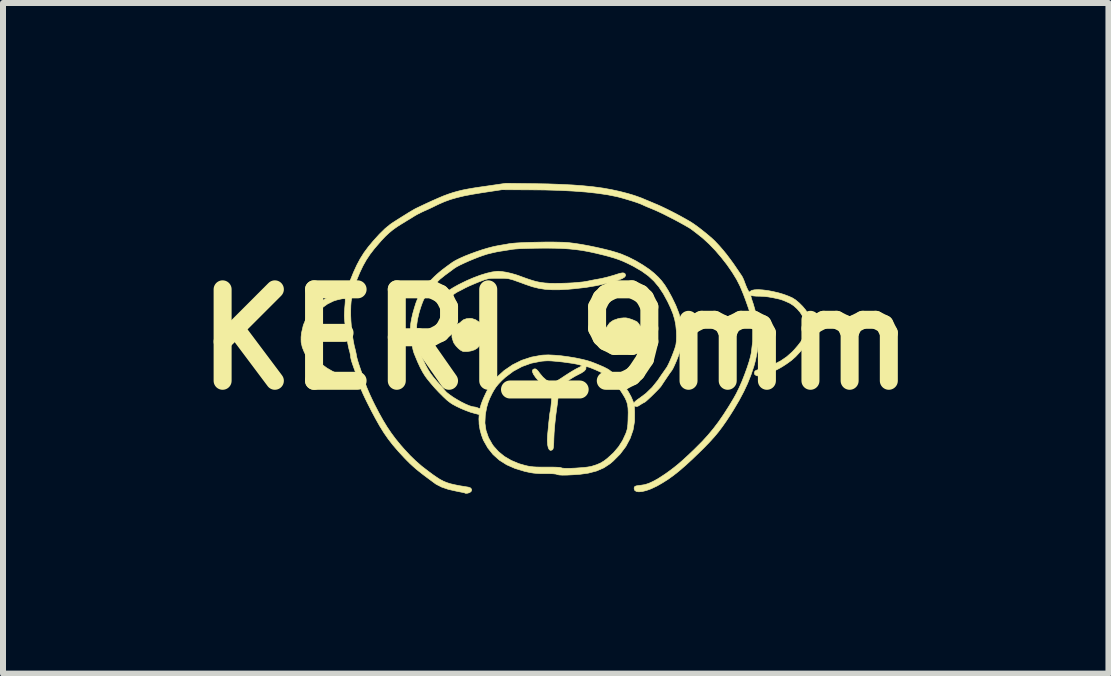
<source format=kicad_pcb>
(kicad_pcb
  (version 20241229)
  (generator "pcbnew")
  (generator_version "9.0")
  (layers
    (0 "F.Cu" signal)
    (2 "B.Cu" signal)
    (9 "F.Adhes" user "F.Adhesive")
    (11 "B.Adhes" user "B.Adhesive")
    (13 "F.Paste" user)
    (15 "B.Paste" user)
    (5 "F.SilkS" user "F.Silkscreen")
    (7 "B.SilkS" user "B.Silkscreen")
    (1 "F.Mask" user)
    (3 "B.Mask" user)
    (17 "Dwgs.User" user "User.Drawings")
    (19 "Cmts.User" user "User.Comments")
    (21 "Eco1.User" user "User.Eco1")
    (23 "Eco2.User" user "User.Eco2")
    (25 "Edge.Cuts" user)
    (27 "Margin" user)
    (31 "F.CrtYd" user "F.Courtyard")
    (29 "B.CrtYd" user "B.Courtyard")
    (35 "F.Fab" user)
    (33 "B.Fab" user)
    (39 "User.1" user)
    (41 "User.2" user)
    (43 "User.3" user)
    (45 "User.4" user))
  (footprint "KERI_9mm"
    (layer "F.Cu")
    (at 6.212 2.607)
    (property "Reference" "KERI_9mm" (at 0 0 0) (layer "F.SilkS") (effects (font (size 1.524 1.524) (thickness 0.3))))
    (attr through_hole)
    (fp_poly (pts (xy -1.396 -0.348) (xy -1.336 -0.328) (xy -1.279 -0.291) (xy -1.233 -0.241) (xy -1.204 -0.187) (xy -1.193 -0.117) (xy -1.199 -0.044) (xy -1.222 0.028) (xy -1.259 0.093) (xy -1.307 0.145) (xy -1.353 0.173) (xy -1.412 0.192) (xy -1.475 0.202) (xy -1.532 0.202) (xy -1.546 0.2) (xy -1.581 0.183) (xy -1.622 0.151) (xy -1.661 0.11) (xy -1.694 0.065) (xy -1.705 0.043) (xy -1.729 -0.034) (xy -1.73 -0.11) (xy -1.711 -0.177) (xy -1.688 -0.22) (xy -1.662 -0.246) (xy -1.626 -0.262) (xy -1.625 -0.263) (xy -1.594 -0.279) (xy -1.572 -0.301) (xy -1.538 -0.327) (xy -1.488 -0.345) (xy -1.431 -0.351) (xy -1.396 -0.348)) (stroke (width 0.01) (type solid)) (fill yes) (layer "F.SilkS"))
    (fp_poly (pts (xy 1.171 -0.359) (xy 1.21 -0.351) (xy 1.246 -0.34) (xy 1.292 -0.323) (xy 1.333 -0.305) (xy 1.357 -0.292) (xy 1.383 -0.263) (xy 1.408 -0.222) (xy 1.424 -0.178) (xy 1.429 -0.149) (xy 1.417 -0.088) (xy 1.386 -0.026) (xy 1.339 0.032) (xy 1.28 0.081) (xy 1.24 0.103) (xy 1.177 0.126) (xy 1.113 0.132) (xy 1.041 0.122) (xy 1.001 0.111) (xy 0.945 0.092) (xy 0.906 0.073) (xy 0.878 0.048) (xy 0.856 0.013) (xy 0.847 -0.007) (xy 0.827 -0.061) (xy 0.823 -0.111) (xy 0.835 -0.164) (xy 0.859 -0.22) (xy 0.899 -0.276) (xy 0.959 -0.318) (xy 1.039 -0.346) (xy 1.081 -0.354) (xy 1.131 -0.359) (xy 1.171 -0.359)) (stroke (width 0.01) (type solid)) (fill yes) (layer "F.SilkS"))
    (fp_poly (pts (xy -0.898 -1.131) (xy -0.826 -1.12) (xy -0.747 -1.102) (xy -0.672 -1.081) (xy -0.629 -1.067) (xy -0.531 -1.031) (xy -0.452 -1.003) (xy -0.387 -0.982) (xy -0.331 -0.966) (xy -0.28 -0.955) (xy -0.23 -0.947) (xy -0.176 -0.94) (xy -0.17 -0.94) (xy -0.098 -0.935) (xy -0.011 -0.934) (xy 0.085 -0.935) (xy 0.187 -0.938) (xy 0.287 -0.943) (xy 0.38 -0.951) (xy 0.46 -0.959) (xy 0.523 -0.97) (xy 0.531 -0.971) (xy 0.587 -0.983) (xy 0.644 -0.994) (xy 0.684 -1.001) (xy 0.77 -1.017) (xy 0.869 -1.041) (xy 0.97 -1.07) (xy 1.007 -1.082) (xy 1.068 -1.101) (xy 1.11 -1.109) (xy 1.137 -1.107) (xy 1.155 -1.095) (xy 1.159 -1.088) (xy 1.164 -1.062) (xy 1.147 -1.038) (xy 1.108 -1.014) (xy 1.046 -0.99) (xy 1.032 -0.986) (xy 0.858 -0.936) (xy 0.683 -0.897) (xy 0.499 -0.866) (xy 0.3 -0.844) (xy 0.211 -0.836) (xy 0.066 -0.828) (xy -0.062 -0.828) (xy -0.176 -0.835) (xy -0.284 -0.852) (xy -0.389 -0.878) (xy -0.498 -0.915) (xy -0.501 -0.916) (xy -0.587 -0.948) (xy -0.655 -0.972) (xy -0.708 -0.991) (xy -0.751 -1.003) (xy -0.788 -1.012) (xy -0.823 -1.016) (xy -0.86 -1.019) (xy -0.904 -1.019) (xy -0.953 -1.019) (xy -1.021 -1.019) (xy -1.071 -1.018) (xy -1.111 -1.014) (xy -1.146 -1.006) (xy -1.184 -0.995) (xy -1.227 -0.979) (xy -1.297 -0.952) (xy -1.371 -0.921) (xy -1.443 -0.89) (xy -1.506 -0.86) (xy -1.551 -0.836) (xy -1.583 -0.819) (xy -1.621 -0.8) (xy -1.624 -0.799) (xy -1.658 -0.78) (xy -1.699 -0.752) (xy -1.722 -0.734) (xy -1.76 -0.703) (xy -1.784 -0.685) (xy -1.8 -0.679) (xy -1.813 -0.68) (xy -1.823 -0.685) (xy -1.839 -0.706) (xy -1.844 -0.73) (xy -1.836 -0.759) (xy -1.811 -0.79) (xy -1.768 -0.826) (xy -1.705 -0.865) (xy -1.623 -0.911) (xy -1.518 -0.963) (xy -1.478 -0.982) (xy -1.368 -1.029) (xy -1.259 -1.07) (xy -1.156 -1.102) (xy -1.062 -1.124) (xy -0.983 -1.135) (xy -0.957 -1.136) (xy -0.898 -1.131)) (stroke (width 0.01) (type solid)) (fill yes) (layer "F.SilkS"))
    (fp_poly (pts (xy 0.043 -1.621) (xy 0.127 -1.619) (xy 0.195 -1.615) (xy 0.217 -1.613) (xy 0.321 -1.6) (xy 0.437 -1.582) (xy 0.56 -1.559) (xy 0.685 -1.533) (xy 0.806 -1.505) (xy 0.918 -1.477) (xy 1.016 -1.448) (xy 1.091 -1.423) (xy 1.212 -1.372) (xy 1.336 -1.309) (xy 1.455 -1.238) (xy 1.563 -1.165) (xy 1.64 -1.103) (xy 1.707 -1.04) (xy 1.766 -0.975) (xy 1.821 -0.901) (xy 1.875 -0.814) (xy 1.933 -0.708) (xy 1.933 -0.708) (xy 2.001 -0.568) (xy 2.052 -0.438) (xy 2.087 -0.315) (xy 2.109 -0.194) (xy 2.113 -0.159) (xy 2.119 -0.094) (xy 2.121 -0.045) (xy 2.12 -0.004) (xy 2.114 0.038) (xy 2.103 0.089) (xy 2.103 0.092) (xy 2.088 0.146) (xy 2.067 0.211) (xy 2.042 0.282) (xy 2.014 0.353) (xy 1.985 0.419) (xy 1.959 0.475) (xy 1.937 0.514) (xy 1.929 0.525) (xy 1.906 0.556) (xy 1.871 0.607) (xy 1.823 0.678) (xy 1.762 0.77) (xy 1.76 0.774) (xy 1.742 0.797) (xy 1.712 0.83) (xy 1.673 0.87) (xy 1.63 0.913) (xy 1.587 0.955) (xy 1.545 0.994) (xy 1.511 1.025) (xy 1.486 1.045) (xy 1.476 1.05) (xy 1.462 1.057) (xy 1.434 1.073) (xy 1.409 1.089) (xy 1.374 1.111) (xy 1.351 1.119) (xy 1.334 1.116) (xy 1.33 1.114) (xy 1.32 1.109) (xy 1.314 1.112) (xy 1.312 1.129) (xy 1.313 1.162) (xy 1.315 1.208) (xy 1.314 1.362) (xy 1.289 1.51) (xy 1.24 1.65) (xy 1.169 1.784) (xy 1.074 1.91) (xy 0.957 2.028) (xy 0.905 2.072) (xy 0.802 2.14) (xy 0.68 2.193) (xy 0.542 2.229) (xy 0.404 2.248) (xy 0.286 2.256) (xy 0.189 2.261) (xy 0.113 2.262) (xy 0.059 2.259) (xy 0.028 2.253) (xy 0.025 2.251) (xy 0.002 2.244) (xy -0.044 2.239) (xy -0.113 2.236) (xy -0.178 2.236) (xy -0.256 2.236) (xy -0.316 2.233) (xy -0.369 2.228) (xy -0.421 2.22) (xy -0.482 2.207) (xy -0.518 2.199) (xy -0.677 2.151) (xy -0.818 2.089) (xy -0.94 2.012) (xy -1.044 1.919) (xy -1.131 1.81) (xy -1.203 1.684) (xy -1.208 1.673) (xy -1.238 1.592) (xy -1.262 1.502) (xy -1.277 1.411) (xy -1.277 1.393) (xy -1.18 1.393) (xy -1.162 1.516) (xy -1.121 1.635) (xy -1.056 1.751) (xy -1.034 1.781) (xy -0.954 1.87) (xy -0.856 1.95) (xy -0.741 2.017) (xy -0.615 2.07) (xy -0.507 2.101) (xy -0.459 2.112) (xy -0.415 2.119) (xy -0.369 2.124) (xy -0.316 2.127) (xy -0.251 2.128) (xy -0.167 2.128) (xy -0.15 2.128) (xy -0.055 2.128) (xy 0.017 2.13) (xy 0.066 2.133) (xy 0.09 2.138) (xy 0.093 2.14) (xy 0.109 2.145) (xy 0.144 2.148) (xy 0.195 2.149) (xy 0.257 2.148) (xy 0.325 2.145) (xy 0.395 2.14) (xy 0.463 2.135) (xy 0.524 2.128) (xy 0.574 2.12) (xy 0.6 2.114) (xy 0.682 2.088) (xy 0.747 2.06) (xy 0.805 2.025) (xy 0.86 1.983) (xy 0.964 1.888) (xy 1.048 1.789) (xy 1.115 1.684) (xy 1.168 1.569) (xy 1.181 1.532) (xy 1.191 1.497) (xy 1.197 1.46) (xy 1.202 1.413) (xy 1.205 1.351) (xy 1.206 1.305) (xy 1.208 1.216) (xy 1.205 1.145) (xy 1.197 1.085) (xy 1.181 1.032) (xy 1.157 0.978) (xy 1.121 0.917) (xy 1.089 0.867) (xy 1.024 0.774) (xy 0.962 0.699) (xy 0.896 0.637) (xy 0.823 0.586) (xy 0.736 0.539) (xy 0.653 0.502) (xy 0.587 0.475) (xy 0.541 0.459) (xy 0.514 0.454) (xy 0.503 0.459) (xy 0.504 0.467) (xy 0.502 0.495) (xy 0.477 0.526) (xy 0.43 0.558) (xy 0.399 0.574) (xy 0.318 0.616) (xy 0.231 0.669) (xy 0.146 0.726) (xy 0.108 0.754) (xy 0.052 0.797) (xy 0.043 0.914) (xy 0.038 0.976) (xy 0.032 1.039) (xy 0.025 1.091) (xy 0.023 1.105) (xy 0.002 1.258) (xy -0.015 1.414) (xy -0.027 1.562) (xy -0.031 1.654) (xy -0.033 1.724) (xy -0.036 1.774) (xy -0.04 1.807) (xy -0.046 1.827) (xy -0.054 1.838) (xy -0.056 1.84) (xy -0.084 1.851) (xy -0.107 1.839) (xy -0.124 1.807) (xy -0.135 1.756) (xy -0.14 1.689) (xy -0.137 1.607) (xy -0.135 1.587) (xy -0.124 1.476) (xy -0.116 1.387) (xy -0.108 1.318) (xy -0.103 1.267) (xy -0.098 1.231) (xy -0.094 1.208) (xy -0.091 1.197) (xy -0.091 1.195) (xy -0.087 1.179) (xy -0.082 1.144) (xy -0.077 1.093) (xy -0.071 1.032) (xy -0.069 1.002) (xy -0.054 0.819) (xy -0.103 0.811) (xy -0.157 0.792) (xy -0.217 0.753) (xy -0.279 0.697) (xy -0.332 0.637) (xy -0.37 0.582) (xy -0.388 0.54) (xy -0.387 0.51) (xy -0.366 0.494) (xy -0.354 0.491) (xy -0.334 0.492) (xy -0.315 0.505) (xy -0.291 0.531) (xy -0.271 0.559) (xy -0.213 0.629) (xy -0.159 0.676) (xy -0.106 0.702) (xy -0.062 0.708) (xy -0.039 0.708) (xy -0.021 0.706) (xy -0.002 0.701) (xy 0.021 0.69) (xy 0.051 0.672) (xy 0.094 0.645) (xy 0.151 0.607) (xy 0.171 0.594) (xy 0.227 0.558) (xy 0.283 0.524) (xy 0.331 0.496) (xy 0.362 0.48) (xy 0.398 0.462) (xy 0.424 0.448) (xy 0.433 0.441) (xy 0.426 0.433) (xy 0.397 0.423) (xy 0.349 0.412) (xy 0.286 0.4) (xy 0.209 0.389) (xy 0.123 0.377) (xy 0.066 0.371) (xy -0.015 0.363) (xy -0.077 0.358) (xy -0.129 0.356) (xy -0.176 0.358) (xy -0.226 0.362) (xy -0.249 0.365) (xy -0.41 0.397) (xy -0.562 0.452) (xy -0.705 0.529) (xy -0.837 0.628) (xy -0.901 0.687) (xy -0.955 0.744) (xy -0.996 0.794) (xy -1.031 0.848) (xy -1.062 0.904) (xy -1.101 0.985) (xy -1.129 1.058) (xy -1.15 1.131) (xy -1.166 1.215) (xy -1.174 1.265) (xy -1.18 1.393) (xy -1.277 1.393) (xy -1.28 1.331) (xy -1.28 1.325) (xy -1.276 1.252) (xy -1.355 1.232) (xy -1.421 1.213) (xy -1.497 1.185) (xy -1.577 1.152) (xy -1.653 1.116) (xy -1.718 1.081) (xy -1.758 1.055) (xy -1.813 1.012) (xy -1.877 0.952) (xy -1.947 0.882) (xy -2.018 0.806) (xy -2.085 0.728) (xy -2.145 0.654) (xy -2.177 0.61) (xy -2.216 0.548) (xy -2.259 0.467) (xy -2.303 0.372) (xy -2.346 0.268) (xy -2.363 0.226) (xy -2.378 0.175) (xy -2.392 0.106) (xy -2.405 0.028) (xy -2.415 -0.055) (xy -2.421 -0.133) (xy -2.421 -0.159) (xy -2.32 -0.159) (xy -2.315 -0.064) (xy -2.303 0.044) (xy -2.294 0.102) (xy -2.283 0.152) (xy -2.267 0.203) (xy -2.244 0.262) (xy -2.218 0.322) (xy -2.174 0.417) (xy -2.132 0.495) (xy -2.089 0.564) (xy -2.038 0.631) (xy -1.976 0.704) (xy -1.966 0.714) (xy -1.926 0.759) (xy -1.89 0.8) (xy -1.863 0.832) (xy -1.851 0.847) (xy -1.819 0.882) (xy -1.769 0.921) (xy -1.708 0.964) (xy -1.639 1.006) (xy -1.568 1.046) (xy -1.499 1.08) (xy -1.437 1.106) (xy -1.387 1.121) (xy -1.366 1.124) (xy -1.334 1.129) (xy -1.301 1.14) (xy -1.264 1.156) (xy -1.243 1.082) (xy -1.228 1.04) (xy -1.206 0.985) (xy -1.178 0.924) (xy -1.154 0.873) (xy -1.117 0.804) (xy -1.083 0.748) (xy -1.044 0.697) (xy -0.994 0.642) (xy -0.986 0.634) (xy -0.86 0.519) (xy -0.719 0.423) (xy -0.568 0.348) (xy -0.407 0.295) (xy -0.24 0.264) (xy -0.206 0.261) (xy -0.122 0.258) (xy -0.021 0.263) (xy 0.093 0.273) (xy 0.212 0.289) (xy 0.332 0.309) (xy 0.447 0.333) (xy 0.525 0.353) (xy 0.588 0.373) (xy 0.659 0.4) (xy 0.732 0.43) (xy 0.801 0.46) (xy 0.858 0.489) (xy 0.894 0.511) (xy 0.957 0.561) (xy 1.024 0.629) (xy 1.092 0.707) (xy 1.156 0.791) (xy 1.213 0.876) (xy 1.257 0.957) (xy 1.283 1.018) (xy 1.295 1.048) (xy 1.303 1.062) (xy 1.306 1.06) (xy 1.316 1.043) (xy 1.343 1.018) (xy 1.382 0.989) (xy 1.392 0.983) (xy 1.505 0.898) (xy 1.607 0.799) (xy 1.702 0.681) (xy 1.728 0.642) (xy 1.764 0.589) (xy 1.798 0.541) (xy 1.825 0.502) (xy 1.842 0.478) (xy 1.844 0.476) (xy 1.861 0.448) (xy 1.884 0.402) (xy 1.91 0.344) (xy 1.937 0.28) (xy 1.962 0.215) (xy 1.984 0.154) (xy 1.999 0.104) (xy 2.004 0.082) (xy 2.011 0.023) (xy 2.013 -0.056) (xy 2.011 -0.136) (xy 2.001 -0.237) (xy 1.983 -0.331) (xy 1.955 -0.426) (xy 1.914 -0.527) (xy 1.866 -0.629) (xy 1.793 -0.763) (xy 1.717 -0.877) (xy 1.635 -0.974) (xy 1.542 -1.06) (xy 1.434 -1.138) (xy 1.307 -1.212) (xy 1.285 -1.224) (xy 1.199 -1.267) (xy 1.123 -1.302) (xy 1.05 -1.331) (xy 0.973 -1.357) (xy 0.884 -1.383) (xy 0.804 -1.404) (xy 0.668 -1.437) (xy 0.549 -1.463) (xy 0.44 -1.483) (xy 0.335 -1.497) (xy 0.227 -1.508) (xy 0.14 -1.514) (xy 0.066 -1.518) (xy -0.021 -1.52) (xy -0.119 -1.521) (xy -0.222 -1.521) (xy -0.326 -1.52) (xy -0.427 -1.518) (xy -0.522 -1.515) (xy -0.605 -1.512) (xy -0.674 -1.507) (xy -0.723 -1.502) (xy -0.733 -1.5) (xy -0.776 -1.493) (xy -0.833 -1.484) (xy -0.895 -1.474) (xy -0.916 -1.471) (xy -0.985 -1.459) (xy -1.061 -1.442) (xy -1.13 -1.425) (xy -1.142 -1.422) (xy -1.207 -1.401) (xy -1.283 -1.374) (xy -1.364 -1.342) (xy -1.446 -1.308) (xy -1.524 -1.273) (xy -1.594 -1.24) (xy -1.651 -1.21) (xy -1.69 -1.185) (xy -1.695 -1.182) (xy -1.734 -1.152) (xy -1.783 -1.116) (xy -1.832 -1.08) (xy -1.838 -1.076) (xy -1.927 -1.005) (xy -2.014 -0.921) (xy -2.093 -0.83) (xy -2.159 -0.738) (xy -2.203 -0.659) (xy -2.224 -0.608) (xy -2.247 -0.544) (xy -2.269 -0.474) (xy -2.283 -0.423) (xy -2.304 -0.33) (xy -2.316 -0.245) (xy -2.32 -0.159) (xy -2.421 -0.159) (xy -2.422 -0.201) (xy -2.422 -0.204) (xy -2.416 -0.267) (xy -2.402 -0.346) (xy -2.382 -0.433) (xy -2.357 -0.522) (xy -2.331 -0.605) (xy -2.303 -0.677) (xy -2.296 -0.693) (xy -2.243 -0.789) (xy -2.174 -0.885) (xy -2.086 -0.983) (xy -2.025 -1.044) (xy -1.985 -1.081) (xy -1.945 -1.116) (xy -1.901 -1.152) (xy -1.849 -1.192) (xy -1.784 -1.24) (xy -1.723 -1.284) (xy -1.672 -1.315) (xy -1.602 -1.35) (xy -1.517 -1.388) (xy -1.423 -1.425) (xy -1.322 -1.462) (xy -1.221 -1.496) (xy -1.123 -1.525) (xy -1.034 -1.548) (xy -0.959 -1.563) (xy -0.901 -1.573) (xy -0.835 -1.584) (xy -0.777 -1.595) (xy -0.729 -1.601) (xy -0.661 -1.607) (xy -0.576 -1.612) (xy -0.48 -1.616) (xy -0.375 -1.619) (xy -0.266 -1.621) (xy -0.157 -1.623) (xy -0.053 -1.623) (xy 0.043 -1.621)) (stroke (width 0.01) (type solid)) (fill yes) (layer "F.SilkS"))
    (fp_poly (pts (xy -0.37 -2.596) (xy -0.13 -2.592) (xy 0.088 -2.584) (xy 0.286 -2.574) (xy 0.468 -2.56) (xy 0.634 -2.543) (xy 0.788 -2.522) (xy 0.932 -2.496) (xy 1.069 -2.466) (xy 1.201 -2.432) (xy 1.282 -2.408) (xy 1.34 -2.389) (xy 1.398 -2.368) (xy 1.444 -2.351) (xy 1.459 -2.344) (xy 1.494 -2.329) (xy 1.545 -2.308) (xy 1.605 -2.283) (xy 1.668 -2.256) (xy 1.675 -2.254) (xy 1.758 -2.217) (xy 1.856 -2.17) (xy 1.963 -2.116) (xy 2.073 -2.058) (xy 2.179 -1.999) (xy 2.253 -1.956) (xy 2.3 -1.925) (xy 2.36 -1.882) (xy 2.427 -1.831) (xy 2.496 -1.776) (xy 2.561 -1.722) (xy 2.617 -1.673) (xy 2.66 -1.632) (xy 2.663 -1.628) (xy 2.727 -1.56) (xy 2.786 -1.492) (xy 2.844 -1.421) (xy 2.904 -1.342) (xy 2.968 -1.254) (xy 3.038 -1.151) (xy 3.105 -1.052) (xy 3.121 -1.021) (xy 3.139 -0.979) (xy 3.146 -0.959) (xy 3.165 -0.909) (xy 3.187 -0.856) (xy 3.196 -0.838) (xy 3.213 -0.805) (xy 3.225 -0.791) (xy 3.234 -0.793) (xy 3.241 -0.8) (xy 3.268 -0.818) (xy 3.314 -0.827) (xy 3.376 -0.83) (xy 3.45 -0.825) (xy 3.533 -0.815) (xy 3.621 -0.798) (xy 3.711 -0.777) (xy 3.799 -0.751) (xy 3.882 -0.72) (xy 3.941 -0.694) (xy 3.997 -0.659) (xy 4.057 -0.609) (xy 4.115 -0.551) (xy 4.165 -0.491) (xy 4.193 -0.448) (xy 4.237 -0.35) (xy 4.258 -0.254) (xy 4.256 -0.156) (xy 4.238 -0.069) (xy 4.221 -0.015) (xy 4.204 0.03) (xy 4.182 0.071) (xy 4.152 0.113) (xy 4.111 0.164) (xy 4.069 0.212) (xy 3.998 0.288) (xy 3.928 0.35) (xy 3.849 0.407) (xy 3.786 0.448) (xy 3.732 0.48) (xy 3.681 0.507) (xy 3.625 0.53) (xy 3.558 0.555) (xy 3.497 0.575) (xy 3.44 0.593) (xy 3.4 0.604) (xy 3.373 0.608) (xy 3.354 0.606) (xy 3.34 0.601) (xy 3.316 0.584) (xy 3.311 0.559) (xy 3.312 0.553) (xy 3.32 0.528) (xy 3.342 0.514) (xy 3.358 0.509) (xy 3.509 0.464) (xy 3.639 0.414) (xy 3.752 0.356) (xy 3.851 0.288) (xy 3.941 0.208) (xy 3.977 0.17) (xy 4.04 0.097) (xy 4.087 0.035) (xy 4.119 -0.023) (xy 4.139 -0.082) (xy 4.149 -0.146) (xy 4.152 -0.221) (xy 4.152 -0.223) (xy 4.15 -0.276) (xy 4.144 -0.317) (xy 4.129 -0.356) (xy 4.112 -0.391) (xy 4.074 -0.451) (xy 4.022 -0.511) (xy 3.965 -0.562) (xy 3.909 -0.599) (xy 3.904 -0.602) (xy 3.834 -0.634) (xy 3.779 -0.656) (xy 3.734 -0.67) (xy 3.718 -0.674) (xy 3.622 -0.695) (xy 3.541 -0.709) (xy 3.47 -0.717) (xy 3.402 -0.72) (xy 3.391 -0.72) (xy 3.34 -0.721) (xy 3.296 -0.725) (xy 3.267 -0.73) (xy 3.261 -0.732) (xy 3.253 -0.733) (xy 3.252 -0.724) (xy 3.257 -0.701) (xy 3.269 -0.66) (xy 3.289 -0.601) (xy 3.292 -0.593) (xy 3.346 -0.405) (xy 3.377 -0.218) (xy 3.384 -0.031) (xy 3.368 0.16) (xy 3.328 0.355) (xy 3.302 0.45) (xy 3.253 0.595) (xy 3.198 0.734) (xy 3.133 0.872) (xy 3.057 1.015) (xy 2.967 1.168) (xy 2.918 1.246) (xy 2.846 1.356) (xy 2.778 1.453) (xy 2.712 1.541) (xy 2.642 1.625) (xy 2.565 1.71) (xy 2.476 1.802) (xy 2.409 1.868) (xy 2.282 1.991) (xy 2.168 2.096) (xy 2.063 2.187) (xy 1.965 2.265) (xy 1.872 2.332) (xy 1.78 2.39) (xy 1.688 2.443) (xy 1.673 2.45) (xy 1.589 2.49) (xy 1.511 2.518) (xy 1.442 2.535) (xy 1.385 2.54) (xy 1.342 2.533) (xy 1.315 2.514) (xy 1.307 2.485) (xy 1.309 2.465) (xy 1.319 2.451) (xy 1.342 2.441) (xy 1.381 2.435) (xy 1.422 2.43) (xy 1.485 2.42) (xy 1.551 2.399) (xy 1.623 2.366) (xy 1.705 2.321) (xy 1.799 2.26) (xy 1.808 2.254) (xy 1.888 2.198) (xy 1.964 2.141) (xy 2.04 2.08) (xy 2.119 2.011) (xy 2.206 1.931) (xy 2.305 1.837) (xy 2.335 1.807) (xy 2.441 1.701) (xy 2.537 1.596) (xy 2.627 1.488) (xy 2.714 1.373) (xy 2.801 1.247) (xy 2.891 1.106) (xy 2.965 0.983) (xy 3.011 0.9) (xy 3.058 0.803) (xy 3.105 0.696) (xy 3.149 0.584) (xy 3.189 0.474) (xy 3.223 0.37) (xy 3.248 0.279) (xy 3.259 0.226) (xy 3.282 0.033) (xy 3.283 -0.157) (xy 3.261 -0.341) (xy 3.255 -0.373) (xy 3.242 -0.425) (xy 3.221 -0.495) (xy 3.193 -0.576) (xy 3.162 -0.663) (xy 3.128 -0.753) (xy 3.093 -0.838) (xy 3.071 -0.89) (xy 3.015 -1) (xy 2.942 -1.119) (xy 2.857 -1.242) (xy 2.761 -1.365) (xy 2.66 -1.483) (xy 2.557 -1.59) (xy 2.455 -1.684) (xy 2.418 -1.714) (xy 2.365 -1.756) (xy 2.316 -1.794) (xy 2.275 -1.825) (xy 2.248 -1.845) (xy 2.242 -1.849) (xy 2.193 -1.878) (xy 2.128 -1.915) (xy 2.052 -1.957) (xy 1.97 -2.001) (xy 1.885 -2.044) (xy 1.805 -2.085) (xy 1.732 -2.12) (xy 1.671 -2.148) (xy 1.636 -2.163) (xy 1.578 -2.187) (xy 1.522 -2.21) (xy 1.476 -2.23) (xy 1.453 -2.241) (xy 1.412 -2.259) (xy 1.353 -2.281) (xy 1.28 -2.305) (xy 1.201 -2.329) (xy 1.12 -2.353) (xy 1.042 -2.374) (xy 1.013 -2.381) (xy 0.868 -2.41) (xy 0.699 -2.435) (xy 0.509 -2.456) (xy 0.297 -2.472) (xy 0.064 -2.484) (xy -0.188 -2.491) (xy -0.421 -2.493) (xy -0.898 -2.495) (xy -1.228 -2.445) (xy -1.386 -2.419) (xy -1.524 -2.393) (xy -1.645 -2.364) (xy -1.753 -2.333) (xy -1.852 -2.297) (xy -1.946 -2.256) (xy -1.99 -2.235) (xy -2.051 -2.205) (xy -2.117 -2.174) (xy -2.176 -2.147) (xy -2.187 -2.143) (xy -2.246 -2.115) (xy -2.311 -2.082) (xy -2.364 -2.051) (xy -2.413 -2.02) (xy -2.473 -1.984) (xy -2.534 -1.946) (xy -2.558 -1.932) (xy -2.644 -1.878) (xy -2.715 -1.827) (xy -2.778 -1.775) (xy -2.841 -1.716) (xy -2.909 -1.644) (xy -2.933 -1.616) (xy -3.021 -1.514) (xy -3.095 -1.418) (xy -3.158 -1.323) (xy -3.214 -1.223) (xy -3.267 -1.111) (xy -3.32 -0.983) (xy -3.327 -0.965) (xy -3.355 -0.894) (xy -3.373 -0.841) (xy -3.383 -0.804) (xy -3.387 -0.779) (xy -3.385 -0.763) (xy -3.384 -0.762) (xy -3.38 -0.732) (xy -3.391 -0.709) (xy -3.402 -0.68) (xy -3.41 -0.63) (xy -3.415 -0.564) (xy -3.417 -0.486) (xy -3.417 -0.399) (xy -3.413 -0.307) (xy -3.406 -0.215) (xy -3.397 -0.125) (xy -3.395 -0.116) (xy -3.385 -0.045) (xy -3.374 0.023) (xy -3.363 0.081) (xy -3.354 0.123) (xy -3.35 0.137) (xy -3.338 0.184) (xy -3.326 0.239) (xy -3.322 0.265) (xy -3.314 0.304) (xy -3.299 0.359) (xy -3.279 0.422) (xy -3.257 0.487) (xy -3.257 0.488) (xy -3.232 0.558) (xy -3.206 0.633) (xy -3.183 0.701) (xy -3.167 0.751) (xy -3.15 0.797) (xy -3.124 0.859) (xy -3.092 0.932) (xy -3.056 1.009) (xy -3.02 1.083) (xy -2.946 1.225) (xy -2.877 1.349) (xy -2.81 1.459) (xy -2.742 1.56) (xy -2.67 1.657) (xy -2.591 1.754) (xy -2.528 1.826) (xy -2.43 1.932) (xy -2.334 2.025) (xy -2.233 2.113) (xy -2.12 2.2) (xy -2.054 2.249) (xy -1.989 2.294) (xy -1.932 2.331) (xy -1.878 2.36) (xy -1.822 2.384) (xy -1.761 2.404) (xy -1.689 2.421) (xy -1.604 2.438) (xy -1.5 2.455) (xy -1.456 2.462) (xy -1.42 2.475) (xy -1.402 2.497) (xy -1.404 2.524) (xy -1.416 2.54) (xy -1.441 2.555) (xy -1.474 2.564) (xy -1.503 2.565) (xy -1.515 2.559) (xy -1.529 2.555) (xy -1.561 2.548) (xy -1.607 2.539) (xy -1.657 2.529) (xy -1.79 2.499) (xy -1.901 2.461) (xy -1.993 2.414) (xy -2.021 2.394) (xy -2.12 2.321) (xy -2.203 2.259) (xy -2.272 2.205) (xy -2.331 2.157) (xy -2.383 2.111) (xy -2.433 2.065) (xy -2.482 2.016) (xy -2.522 1.975) (xy -2.621 1.868) (xy -2.709 1.766) (xy -2.788 1.665) (xy -2.862 1.559) (xy -2.934 1.443) (xy -3.007 1.313) (xy -3.072 1.191) (xy -3.111 1.114) (xy -3.149 1.039) (xy -3.183 0.969) (xy -3.211 0.909) (xy -3.23 0.865) (xy -3.232 0.861) (xy -3.255 0.808) (xy -3.274 0.777) (xy -3.287 0.768) (xy -3.287 0.768) (xy -3.332 0.772) (xy -3.387 0.759) (xy -3.421 0.744) (xy -3.459 0.728) (xy -3.51 0.711) (xy -3.564 0.696) (xy -3.568 0.695) (xy -3.681 0.658) (xy -3.794 0.603) (xy -3.903 0.534) (xy -4.002 0.454) (xy -4.089 0.366) (xy -4.158 0.274) (xy -4.188 0.219) (xy -4.224 0.131) (xy -4.243 0.047) (xy -4.244 -0.003) (xy -4.142 -0.003) (xy -4.131 0.095) (xy -4.105 0.174) (xy -4.057 0.254) (xy -3.989 0.334) (xy -3.906 0.409) (xy -3.812 0.478) (xy -3.711 0.536) (xy -3.607 0.58) (xy -3.545 0.599) (xy -3.492 0.613) (xy -3.444 0.628) (xy -3.409 0.641) (xy -3.401 0.644) (xy -3.36 0.663) (xy -3.326 0.673) (xy -3.304 0.674) (xy -3.3 0.671) (xy -3.302 0.656) (xy -3.31 0.625) (xy -3.322 0.591) (xy -3.339 0.543) (xy -3.361 0.484) (xy -3.381 0.427) (xy -3.383 0.421) (xy -3.4 0.371) (xy -3.412 0.326) (xy -3.419 0.293) (xy -3.419 0.287) (xy -3.423 0.253) (xy -3.432 0.21) (xy -3.438 0.19) (xy -3.447 0.156) (xy -3.456 0.117) (xy -3.465 0.069) (xy -3.475 0.009) (xy -3.486 -0.066) (xy -3.499 -0.161) (xy -3.505 -0.207) (xy -3.515 -0.285) (xy -3.521 -0.346) (xy -3.523 -0.4) (xy -3.521 -0.454) (xy -3.517 -0.516) (xy -3.516 -0.529) (xy -3.511 -0.586) (xy -3.508 -0.633) (xy -3.508 -0.667) (xy -3.51 -0.681) (xy -3.525 -0.682) (xy -3.557 -0.678) (xy -3.6 -0.669) (xy -3.646 -0.658) (xy -3.69 -0.644) (xy -3.703 -0.64) (xy -3.803 -0.591) (xy -3.896 -0.524) (xy -3.979 -0.441) (xy -4.048 -0.348) (xy -4.098 -0.248) (xy -4.109 -0.217) (xy -4.135 -0.108) (xy -4.142 -0.003) (xy -4.244 -0.003) (xy -4.244 -0.04) (xy -4.237 -0.107) (xy -4.207 -0.237) (xy -4.156 -0.359) (xy -4.096 -0.458) (xy -4.035 -0.529) (xy -3.959 -0.597) (xy -3.874 -0.658) (xy -3.785 -0.71) (xy -3.698 -0.749) (xy -3.622 -0.769) (xy -3.577 -0.776) (xy -3.544 -0.783) (xy -3.52 -0.794) (xy -3.5 -0.81) (xy -3.483 -0.837) (xy -3.465 -0.878) (xy -3.443 -0.935) (xy -3.426 -0.981) (xy -3.37 -1.119) (xy -3.315 -1.239) (xy -3.258 -1.346) (xy -3.195 -1.446) (xy -3.123 -1.543) (xy -3.044 -1.638) (xy -2.939 -1.754) (xy -2.843 -1.848) (xy -2.756 -1.919) (xy -2.715 -1.947) (xy -2.676 -1.972) (xy -2.624 -2.005) (xy -2.564 -2.043) (xy -2.509 -2.077) (xy -2.452 -2.113) (xy -2.396 -2.146) (xy -2.348 -2.174) (xy -2.314 -2.191) (xy -2.179 -2.255) (xy -2.062 -2.309) (xy -1.96 -2.354) (xy -1.87 -2.392) (xy -1.786 -2.423) (xy -1.707 -2.449) (xy -1.628 -2.471) (xy -1.546 -2.491) (xy -1.458 -2.508) (xy -1.359 -2.525) (xy -1.246 -2.542) (xy -1.175 -2.552) (xy -0.831 -2.602) (xy -0.37 -2.596)) (stroke (width 0.01) (type solid)) (fill yes) (layer "F.SilkS")))
  (gr_rect
    (start -3 -3)
    (end 15.424 8.177)
    (stroke (width 0.1) (type default))
    (fill no)
    (layer "Edge.Cuts")))
</source>
